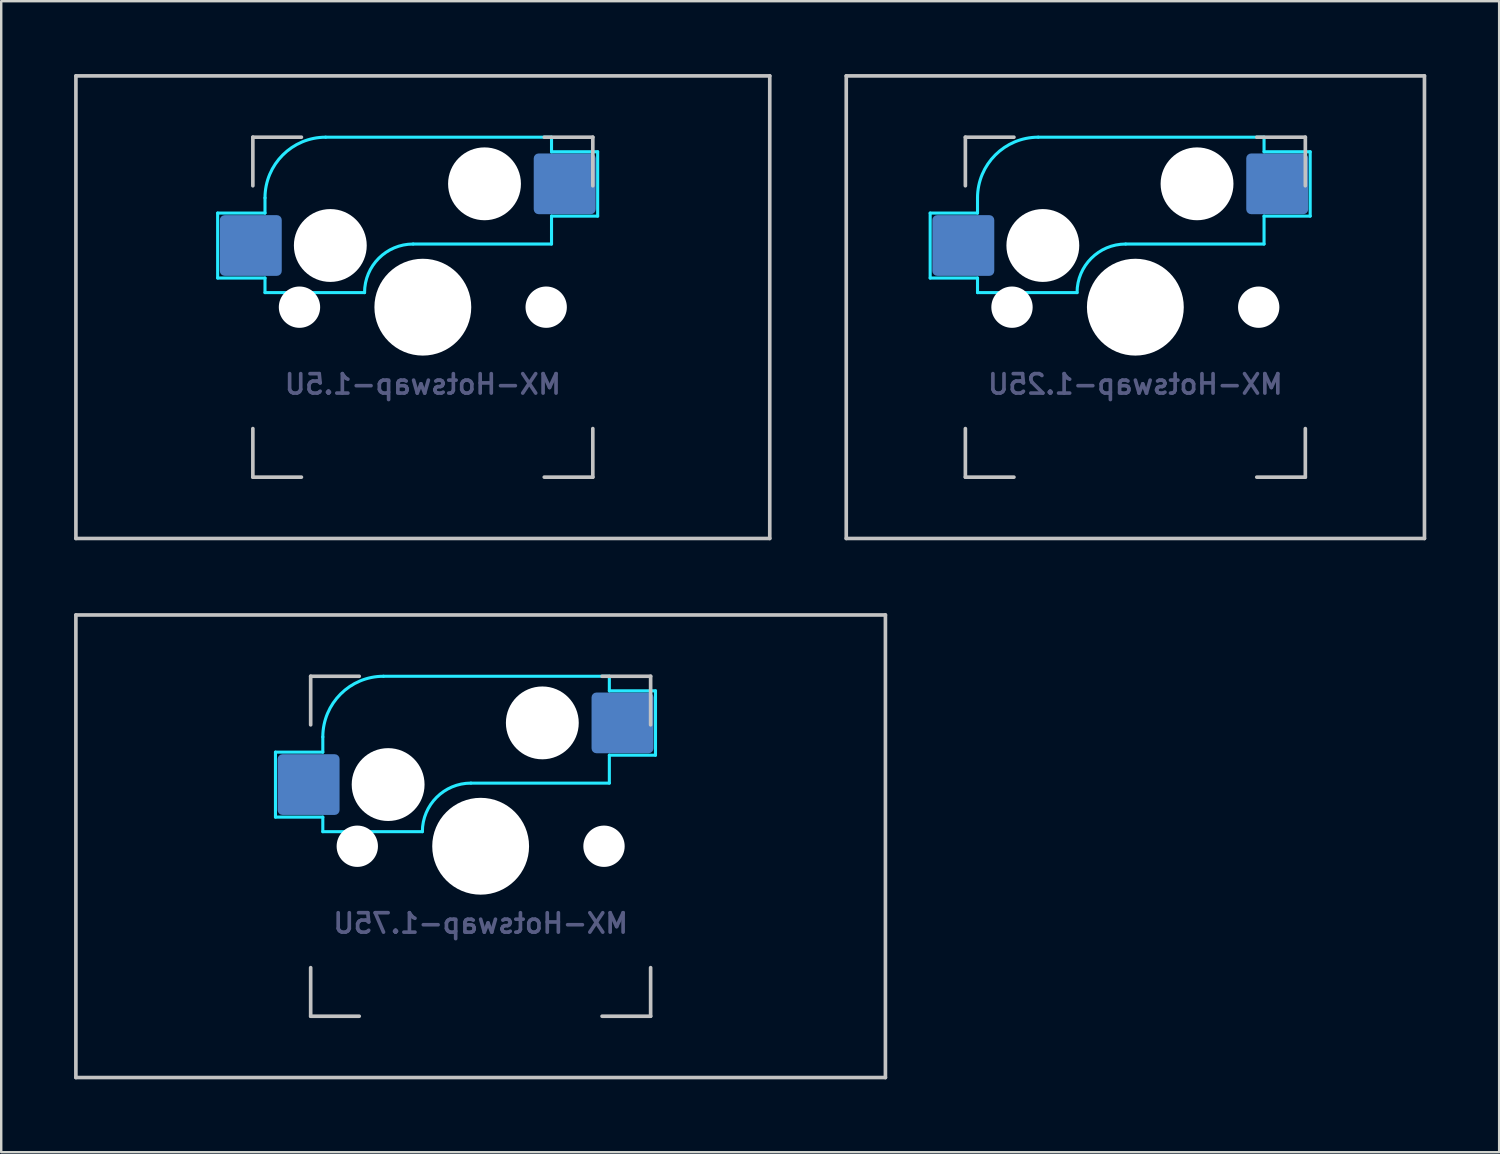
<source format=kicad_pcb>
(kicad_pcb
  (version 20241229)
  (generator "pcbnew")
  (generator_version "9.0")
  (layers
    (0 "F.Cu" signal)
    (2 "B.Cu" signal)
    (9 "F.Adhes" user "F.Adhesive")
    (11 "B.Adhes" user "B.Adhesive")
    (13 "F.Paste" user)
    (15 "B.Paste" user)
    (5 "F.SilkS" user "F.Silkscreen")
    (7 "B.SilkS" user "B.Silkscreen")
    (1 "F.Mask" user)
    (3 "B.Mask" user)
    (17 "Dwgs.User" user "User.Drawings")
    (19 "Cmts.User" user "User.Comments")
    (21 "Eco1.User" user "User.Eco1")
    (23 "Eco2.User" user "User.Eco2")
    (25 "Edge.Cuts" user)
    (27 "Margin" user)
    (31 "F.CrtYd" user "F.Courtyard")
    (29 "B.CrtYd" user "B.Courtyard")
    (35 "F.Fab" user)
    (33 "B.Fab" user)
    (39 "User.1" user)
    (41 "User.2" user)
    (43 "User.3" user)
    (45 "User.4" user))
  (footprint "MX-Hotswap-1.5U"
    (layer "F.Cu")
    (at 14.363 9.6)
    (property "Reference" "MX-Hotswap-1.5U" (at 0 3.175 0) (layer "B.Fab") (effects (font (size 0.8 0.8) (thickness 0.15)) (justify mirror)))
    (attr smd)
    (fp_line (start -14.287 9.525) (end -14.287 -9.525) (stroke (width 0.15) (type solid)) (layer "Dwgs.User"))
    (fp_line (start -7 -7) (end -7 -5) (stroke (width 0.15) (type solid)) (layer "Dwgs.User"))
    (fp_line (start -7 5) (end -7 7) (stroke (width 0.15) (type solid)) (layer "Dwgs.User"))
    (fp_line (start -7 7) (end -5 7) (stroke (width 0.15) (type solid)) (layer "Dwgs.User"))
    (fp_line (start -5 -7) (end -7 -7) (stroke (width 0.15) (type solid)) (layer "Dwgs.User"))
    (fp_line (start 5 -7) (end 7 -7) (stroke (width 0.15) (type solid)) (layer "Dwgs.User"))
    (fp_line (start 5 7) (end 7 7) (stroke (width 0.15) (type solid)) (layer "Dwgs.User"))
    (fp_line (start 7 -7) (end 7 -5) (stroke (width 0.15) (type solid)) (layer "Dwgs.User"))
    (fp_line (start 7 7) (end 7 5) (stroke (width 0.15) (type solid)) (layer "Dwgs.User"))
    (fp_line (start 14.287 -9.525) (end -14.287 -9.525) (stroke (width 0.15) (type solid)) (layer "Dwgs.User"))
    (fp_line (start 14.287 9.525) (end -14.287 9.525) (stroke (width 0.15) (type solid)) (layer "Dwgs.User"))
    (fp_line (start 14.287 9.525) (end 14.287 -9.525) (stroke (width 0.15) (type solid)) (layer "Dwgs.User"))
    (fp_line (start -8.45 -3.875) (end -8.45 -1.2) (stroke (width 0.127) (type solid)) (layer "B.CrtYd"))
    (fp_line (start -8.45 -1.2) (end -6.5 -1.2) (stroke (width 0.127) (type solid)) (layer "B.CrtYd"))
    (fp_line (start -6.5 -4.5) (end -6.5 -3.875) (stroke (width 0.127) (type solid)) (layer "B.CrtYd"))
    (fp_line (start -6.5 -3.875) (end -8.45 -3.875) (stroke (width 0.127) (type solid)) (layer "B.CrtYd"))
    (fp_line (start -6.5 -0.6) (end -6.5 -1.2) (stroke (width 0.127) (type solid)) (layer "B.CrtYd"))
    (fp_line (start -6.5 -0.6) (end -2.4 -0.6) (stroke (width 0.127) (type solid)) (layer "B.CrtYd"))
    (fp_line (start -0.4 -2.6) (end 5.3 -2.6) (stroke (width 0.127) (type solid)) (layer "B.CrtYd"))
    (fp_line (start 5.3 -7) (end -4 -7) (stroke (width 0.127) (type solid)) (layer "B.CrtYd"))
    (fp_line (start 5.3 -7) (end 5.3 -6.4) (stroke (width 0.127) (type solid)) (layer "B.CrtYd"))
    (fp_line (start 5.3 -6.4) (end 7.2 -6.4) (stroke (width 0.127) (type solid)) (layer "B.CrtYd"))
    (fp_line (start 5.3 -2.6) (end 5.3 -3.75) (stroke (width 0.127) (type solid)) (layer "B.CrtYd"))
    (fp_line (start 7.2 -6.4) (end 7.2 -3.75) (stroke (width 0.127) (type solid)) (layer "B.CrtYd"))
    (fp_line (start 7.2 -3.75) (end 5.3 -3.75) (stroke (width 0.127) (type solid)) (layer "B.CrtYd"))
    (fp_arc (start -6.5 -4.5) (mid -5.767767 -6.267767) (end -4 -7) (stroke (width 0.127) (type solid)) (layer "B.CrtYd"))
    (fp_arc (start -2.4 -0.6) (mid -1.814214 -2.014214) (end -0.4 -2.6) (stroke (width 0.127) (type solid)) (layer "B.CrtYd"))
    (pad "" np_thru_hole circle (at -5.08 0 48.099) (size 1.702 1.702) (drill 1.702) (layers "*.Cu" "*.Mask"))
    (pad "" np_thru_hole circle (at -3.81 -2.54) (size 3 3) (drill 3) (layers "*.Cu" "*.Mask"))
    (pad "" np_thru_hole circle (at 0 0) (size 3.988 3.988) (drill 3.988) (layers "*.Cu" "*.Mask"))
    (pad "" np_thru_hole circle (at 2.54 -5.08) (size 3 3) (drill 3) (layers "*.Cu" "*.Mask"))
    (pad "" np_thru_hole circle (at 5.08 0 48.099) (size 1.702 1.702) (drill 1.702) (layers "*.Cu" "*.Mask"))
    (pad "1" smd roundrect (at -7.085 -2.54) (size 2.55 2.5) (layers "B.Cu" "B.Mask" "B.Paste") (roundrect_rratio 0.08))
    (pad "2" smd roundrect (at 5.842 -5.08) (size 2.55 2.5) (layers "B.Cu" "B.Mask" "B.Paste") (roundrect_rratio 0.08)))
  (footprint "MX-Hotswap-1.75U"
    (layer "F.Cu")
    (at 16.744 31.8)
    (property "Reference" "MX-Hotswap-1.75U" (at 0 3.175 0) (layer "B.Fab") (effects (font (size 0.8 0.8) (thickness 0.15)) (justify mirror)))
    (attr smd)
    (fp_line (start -16.669 9.525) (end -16.669 -9.525) (stroke (width 0.15) (type solid)) (layer "Dwgs.User"))
    (fp_line (start -7 -7) (end -7 -5) (stroke (width 0.15) (type solid)) (layer "Dwgs.User"))
    (fp_line (start -7 5) (end -7 7) (stroke (width 0.15) (type solid)) (layer "Dwgs.User"))
    (fp_line (start -7 7) (end -5 7) (stroke (width 0.15) (type solid)) (layer "Dwgs.User"))
    (fp_line (start -5 -7) (end -7 -7) (stroke (width 0.15) (type solid)) (layer "Dwgs.User"))
    (fp_line (start 5 -7) (end 7 -7) (stroke (width 0.15) (type solid)) (layer "Dwgs.User"))
    (fp_line (start 5 7) (end 7 7) (stroke (width 0.15) (type solid)) (layer "Dwgs.User"))
    (fp_line (start 7 -7) (end 7 -5) (stroke (width 0.15) (type solid)) (layer "Dwgs.User"))
    (fp_line (start 7 7) (end 7 5) (stroke (width 0.15) (type solid)) (layer "Dwgs.User"))
    (fp_line (start 16.669 -9.525) (end -16.669 -9.525) (stroke (width 0.15) (type solid)) (layer "Dwgs.User"))
    (fp_line (start 16.669 9.525) (end -16.669 9.525) (stroke (width 0.15) (type solid)) (layer "Dwgs.User"))
    (fp_line (start 16.669 9.525) (end 16.669 -9.525) (stroke (width 0.15) (type solid)) (layer "Dwgs.User"))
    (fp_line (start -8.45 -3.875) (end -8.45 -1.2) (stroke (width 0.127) (type solid)) (layer "B.CrtYd"))
    (fp_line (start -8.45 -1.2) (end -6.5 -1.2) (stroke (width 0.127) (type solid)) (layer "B.CrtYd"))
    (fp_line (start -6.5 -4.5) (end -6.5 -3.875) (stroke (width 0.127) (type solid)) (layer "B.CrtYd"))
    (fp_line (start -6.5 -3.875) (end -8.45 -3.875) (stroke (width 0.127) (type solid)) (layer "B.CrtYd"))
    (fp_line (start -6.5 -0.6) (end -6.5 -1.2) (stroke (width 0.127) (type solid)) (layer "B.CrtYd"))
    (fp_line (start -6.5 -0.6) (end -2.4 -0.6) (stroke (width 0.127) (type solid)) (layer "B.CrtYd"))
    (fp_line (start -0.4 -2.6) (end 5.3 -2.6) (stroke (width 0.127) (type solid)) (layer "B.CrtYd"))
    (fp_line (start 5.3 -7) (end -4 -7) (stroke (width 0.127) (type solid)) (layer "B.CrtYd"))
    (fp_line (start 5.3 -7) (end 5.3 -6.4) (stroke (width 0.127) (type solid)) (layer "B.CrtYd"))
    (fp_line (start 5.3 -6.4) (end 7.2 -6.4) (stroke (width 0.127) (type solid)) (layer "B.CrtYd"))
    (fp_line (start 5.3 -2.6) (end 5.3 -3.75) (stroke (width 0.127) (type solid)) (layer "B.CrtYd"))
    (fp_line (start 7.2 -6.4) (end 7.2 -3.75) (stroke (width 0.127) (type solid)) (layer "B.CrtYd"))
    (fp_line (start 7.2 -3.75) (end 5.3 -3.75) (stroke (width 0.127) (type solid)) (layer "B.CrtYd"))
    (fp_arc (start -6.5 -4.5) (mid -5.767767 -6.267767) (end -4 -7) (stroke (width 0.127) (type solid)) (layer "B.CrtYd"))
    (fp_arc (start -2.4 -0.6) (mid -1.814214 -2.014214) (end -0.4 -2.6) (stroke (width 0.127) (type solid)) (layer "B.CrtYd"))
    (pad "" np_thru_hole circle (at -5.08 0 48.099) (size 1.702 1.702) (drill 1.702) (layers "*.Cu" "*.Mask"))
    (pad "" np_thru_hole circle (at -3.81 -2.54) (size 3 3) (drill 3) (layers "*.Cu" "*.Mask"))
    (pad "" np_thru_hole circle (at 0 0) (size 3.988 3.988) (drill 3.988) (layers "*.Cu" "*.Mask"))
    (pad "" np_thru_hole circle (at 2.54 -5.08) (size 3 3) (drill 3) (layers "*.Cu" "*.Mask"))
    (pad "" np_thru_hole circle (at 5.08 0 48.099) (size 1.702 1.702) (drill 1.702) (layers "*.Cu" "*.Mask"))
    (pad "1" smd roundrect (at -7.085 -2.54) (size 2.55 2.5) (layers "B.Cu" "B.Mask" "B.Paste") (roundrect_rratio 0.08))
    (pad "2" smd roundrect (at 5.842 -5.08) (size 2.55 2.5) (layers "B.Cu" "B.Mask" "B.Paste") (roundrect_rratio 0.08)))
  (footprint "MX-Hotswap-1.25U"
    (layer "F.Cu")
    (at 43.706 9.6)
    (property "Reference" "MX-Hotswap-1.25U" (at 0 3.175 0) (layer "B.Fab") (effects (font (size 0.8 0.8) (thickness 0.15)) (justify mirror)))
    (attr smd)
    (fp_line (start -11.906 9.525) (end -11.906 -9.525) (stroke (width 0.15) (type solid)) (layer "Dwgs.User"))
    (fp_line (start -7 -7) (end -7 -5) (stroke (width 0.15) (type solid)) (layer "Dwgs.User"))
    (fp_line (start -7 5) (end -7 7) (stroke (width 0.15) (type solid)) (layer "Dwgs.User"))
    (fp_line (start -7 7) (end -5 7) (stroke (width 0.15) (type solid)) (layer "Dwgs.User"))
    (fp_line (start -5 -7) (end -7 -7) (stroke (width 0.15) (type solid)) (layer "Dwgs.User"))
    (fp_line (start 5 -7) (end 7 -7) (stroke (width 0.15) (type solid)) (layer "Dwgs.User"))
    (fp_line (start 5 7) (end 7 7) (stroke (width 0.15) (type solid)) (layer "Dwgs.User"))
    (fp_line (start 7 -7) (end 7 -5) (stroke (width 0.15) (type solid)) (layer "Dwgs.User"))
    (fp_line (start 7 7) (end 7 5) (stroke (width 0.15) (type solid)) (layer "Dwgs.User"))
    (fp_line (start 11.906 -9.525) (end -11.906 -9.525) (stroke (width 0.15) (type solid)) (layer "Dwgs.User"))
    (fp_line (start 11.906 9.525) (end -11.906 9.525) (stroke (width 0.15) (type solid)) (layer "Dwgs.User"))
    (fp_line (start 11.906 9.525) (end 11.906 -9.525) (stroke (width 0.15) (type solid)) (layer "Dwgs.User"))
    (fp_line (start -8.45 -3.875) (end -8.45 -1.2) (stroke (width 0.127) (type solid)) (layer "B.CrtYd"))
    (fp_line (start -8.45 -1.2) (end -6.5 -1.2) (stroke (width 0.127) (type solid)) (layer "B.CrtYd"))
    (fp_line (start -6.5 -4.5) (end -6.5 -3.875) (stroke (width 0.127) (type solid)) (layer "B.CrtYd"))
    (fp_line (start -6.5 -3.875) (end -8.45 -3.875) (stroke (width 0.127) (type solid)) (layer "B.CrtYd"))
    (fp_line (start -6.5 -0.6) (end -6.5 -1.2) (stroke (width 0.127) (type solid)) (layer "B.CrtYd"))
    (fp_line (start -6.5 -0.6) (end -2.4 -0.6) (stroke (width 0.127) (type solid)) (layer "B.CrtYd"))
    (fp_line (start -0.4 -2.6) (end 5.3 -2.6) (stroke (width 0.127) (type solid)) (layer "B.CrtYd"))
    (fp_line (start 5.3 -7) (end -4 -7) (stroke (width 0.127) (type solid)) (layer "B.CrtYd"))
    (fp_line (start 5.3 -7) (end 5.3 -6.4) (stroke (width 0.127) (type solid)) (layer "B.CrtYd"))
    (fp_line (start 5.3 -6.4) (end 7.2 -6.4) (stroke (width 0.127) (type solid)) (layer "B.CrtYd"))
    (fp_line (start 5.3 -2.6) (end 5.3 -3.75) (stroke (width 0.127) (type solid)) (layer "B.CrtYd"))
    (fp_line (start 7.2 -6.4) (end 7.2 -3.75) (stroke (width 0.127) (type solid)) (layer "B.CrtYd"))
    (fp_line (start 7.2 -3.75) (end 5.3 -3.75) (stroke (width 0.127) (type solid)) (layer "B.CrtYd"))
    (fp_arc (start -6.5 -4.5) (mid -5.767767 -6.267767) (end -4 -7) (stroke (width 0.127) (type solid)) (layer "B.CrtYd"))
    (fp_arc (start -2.4 -0.6) (mid -1.814214 -2.014214) (end -0.4 -2.6) (stroke (width 0.127) (type solid)) (layer "B.CrtYd"))
    (pad "" np_thru_hole circle (at -5.08 0 48.099) (size 1.702 1.702) (drill 1.702) (layers "*.Cu" "*.Mask"))
    (pad "" np_thru_hole circle (at -3.81 -2.54) (size 3 3) (drill 3) (layers "*.Cu" "*.Mask"))
    (pad "" np_thru_hole circle (at 0 0) (size 3.988 3.988) (drill 3.988) (layers "*.Cu" "*.Mask"))
    (pad "" np_thru_hole circle (at 2.54 -5.08) (size 3 3) (drill 3) (layers "*.Cu" "*.Mask"))
    (pad "" np_thru_hole circle (at 5.08 0 48.099) (size 1.702 1.702) (drill 1.702) (layers "*.Cu" "*.Mask"))
    (pad "1" smd roundrect (at -7.085 -2.54) (size 2.55 2.5) (layers "B.Cu" "B.Mask" "B.Paste") (roundrect_rratio 0.08))
    (pad "2" smd roundrect (at 5.842 -5.08) (size 2.55 2.5) (layers "B.Cu" "B.Mask" "B.Paste") (roundrect_rratio 0.08)))
  (gr_rect
    (start -3 -3)
    (end 58.688 44.4)
    (stroke (width 0.1) (type default))
    (fill no)
    (layer "Edge.Cuts")))
</source>
